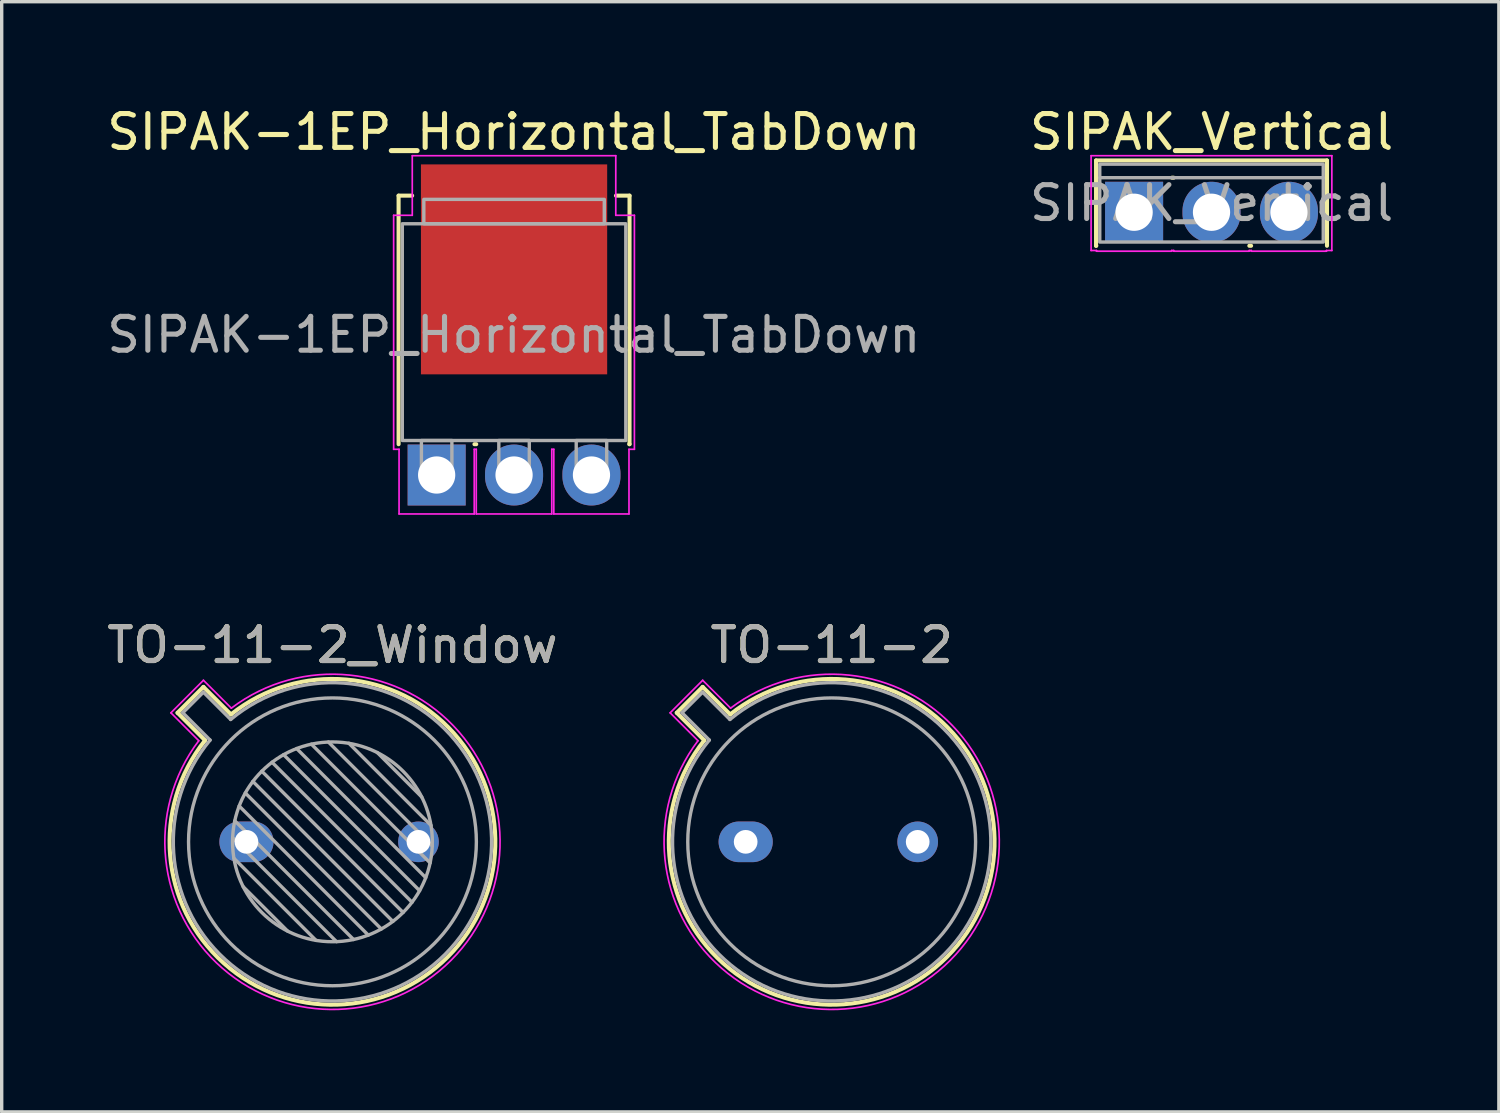
<source format=kicad_pcb>
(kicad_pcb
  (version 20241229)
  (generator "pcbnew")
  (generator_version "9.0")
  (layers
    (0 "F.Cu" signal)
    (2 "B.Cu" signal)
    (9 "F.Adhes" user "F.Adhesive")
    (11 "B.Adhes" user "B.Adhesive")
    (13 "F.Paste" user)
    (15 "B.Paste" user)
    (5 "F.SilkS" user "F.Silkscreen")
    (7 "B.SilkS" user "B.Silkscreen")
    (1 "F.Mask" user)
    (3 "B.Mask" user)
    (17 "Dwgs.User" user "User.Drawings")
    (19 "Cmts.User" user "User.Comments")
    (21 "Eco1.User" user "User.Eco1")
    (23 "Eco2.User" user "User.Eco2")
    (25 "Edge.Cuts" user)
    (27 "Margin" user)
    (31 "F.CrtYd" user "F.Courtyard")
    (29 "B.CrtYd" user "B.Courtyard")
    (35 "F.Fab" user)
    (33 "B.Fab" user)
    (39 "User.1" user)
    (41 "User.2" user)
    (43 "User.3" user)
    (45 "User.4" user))
  (footprint "SIPAK_Vertical"
    (layer "F.Cu")
    (at 30.442 3.218)
    (property "Reference" "SIPAK_Vertical" (at 2.29 -2.37 0) (layer "F.SilkS") (effects (font (size 1 1) (thickness 0.15))))
    (attr through_hole)
    (fp_line (start -1.124 -1.53) (end 5.696 -1.53) (stroke (width 0.12) (type solid)) (layer "F.SilkS"))
    (fp_line (start -1.124 0.99) (end -1.124 -1.53) (stroke (width 0.12) (type solid)) (layer "F.SilkS"))
    (fp_line (start -1.117 0.99) (end -1.124 0.99) (stroke (width 0.12) (type solid)) (layer "F.SilkS"))
    (fp_line (start 1.117 -1.02) (end 1.169 -1.02) (stroke (width 0.12) (type solid)) (layer "F.SilkS"))
    (fp_line (start 3.455 0.99) (end 3.403 0.99) (stroke (width 0.12) (type solid)) (layer "F.SilkS"))
    (fp_line (start 5.689 -1.02) (end 5.696 -1.02) (stroke (width 0.12) (type solid)) (layer "F.SilkS"))
    (fp_line (start 5.696 -1.53) (end 5.696 0.99) (stroke (width 0.12) (type solid)) (layer "F.SilkS"))
    (fp_line (start -1.27 -1.67) (end 5.84 -1.67) (stroke (width 0.05) (type solid)) (layer "F.CrtYd"))
    (fp_line (start -1.27 1.13) (end -1.27 -1.67) (stroke (width 0.05) (type solid)) (layer "F.CrtYd"))
    (fp_line (start -1.11 1.13) (end -1.27 1.13) (stroke (width 0.05) (type solid)) (layer "F.CrtYd"))
    (fp_line (start -1.11 1.15) (end -1.11 1.13) (stroke (width 0.05) (type solid)) (layer "F.CrtYd"))
    (fp_line (start 1.11 1.13) (end 1.11 1.15) (stroke (width 0.05) (type solid)) (layer "F.CrtYd"))
    (fp_line (start 1.11 1.15) (end -1.11 1.15) (stroke (width 0.05) (type solid)) (layer "F.CrtYd"))
    (fp_line (start 1.17 1.13) (end 1.11 1.13) (stroke (width 0.05) (type solid)) (layer "F.CrtYd"))
    (fp_line (start 1.17 1.15) (end 1.17 1.13) (stroke (width 0.05) (type solid)) (layer "F.CrtYd"))
    (fp_line (start 3.4 1.13) (end 3.4 1.15) (stroke (width 0.05) (type solid)) (layer "F.CrtYd"))
    (fp_line (start 3.4 1.15) (end 1.17 1.15) (stroke (width 0.05) (type solid)) (layer "F.CrtYd"))
    (fp_line (start 3.46 1.13) (end 3.4 1.13) (stroke (width 0.05) (type solid)) (layer "F.CrtYd"))
    (fp_line (start 3.46 1.15) (end 3.46 1.13) (stroke (width 0.05) (type solid)) (layer "F.CrtYd"))
    (fp_line (start 5.68 1.13) (end 5.68 1.15) (stroke (width 0.05) (type solid)) (layer "F.CrtYd"))
    (fp_line (start 5.68 1.15) (end 3.46 1.15) (stroke (width 0.05) (type solid)) (layer "F.CrtYd"))
    (fp_line (start 5.84 -1.67) (end 5.84 1.13) (stroke (width 0.05) (type solid)) (layer "F.CrtYd"))
    (fp_line (start 5.84 1.13) (end 5.68 1.13) (stroke (width 0.05) (type solid)) (layer "F.CrtYd"))
    (fp_line (start -1.014 -1.02) (end 5.586 -1.02) (stroke (width 0.1) (type solid)) (layer "F.Fab"))
    (fp_rect (start -1.014 -1.42) (end 5.586 0.88) (stroke (width 0.1) (type solid)) (fill no) (layer "F.Fab"))
    (fp_text user "${REFERENCE}" (at 2.29 -0.27 0) (layer "F.Fab") (effects (font (size 1 1) (thickness 0.15))))
    (pad "1" thru_hole rect (at 0 0) (size 1.714 1.8) (drill 1.1) (layers "*.Cu" "*.Mask"))
    (pad "2" thru_hole oval (at 2.286 0) (size 1.714 1.8) (drill 1.1) (layers "*.Cu" "*.Mask"))
    (pad "3" thru_hole oval (at 4.572 0) (size 1.714 1.8) (drill 1.1) (layers "*.Cu" "*.Mask")))
  (footprint "TO-11-2_Window"
    (layer "F.Cu")
    (at 4.228 21.811)
    (property "Reference" "TO-11-2_Window" (at 2.54 -5.81 0) (layer "F.SilkS") (effects (font (size 1 1) (thickness 0.15))))
    (attr through_hole)
    (fp_line (start -2.035 -3.811) (end -1.222 -2.998) (stroke (width 0.12) (type solid)) (layer "F.SilkS"))
    (fp_line (start -1.271 -4.575) (end -2.035 -3.811) (stroke (width 0.12) (type solid)) (layer "F.SilkS"))
    (fp_line (start -0.458 -3.762) (end -1.271 -4.575) (stroke (width 0.12) (type solid)) (layer "F.SilkS"))
    (fp_arc (start -0.457844 -3.76152) (mid 5.941184 3.401184) (end -1.22152 -2.997844) (stroke (width 0.12) (type solid)) (layer "F.SilkS"))
    (fp_line (start -2.231 -3.81) (end -1.408 -2.986) (stroke (width 0.05) (type solid)) (layer "F.CrtYd"))
    (fp_line (start -1.27 -4.771) (end -2.231 -3.81) (stroke (width 0.05) (type solid)) (layer "F.CrtYd"))
    (fp_line (start -0.446 -3.948) (end -1.27 -4.771) (stroke (width 0.05) (type solid)) (layer "F.CrtYd"))
    (fp_arc (start -0.446162 -3.947827) (mid 6.040179 3.500179) (end -1.407827 -2.986162) (stroke (width 0.05) (type solid)) (layer "F.CrtYd"))
    (fp_line (start -1.88 -3.812) (end -1.074 -3.005) (stroke (width 0.1) (type solid)) (layer "F.Fab"))
    (fp_line (start -1.272 -4.42) (end -1.88 -3.812) (stroke (width 0.1) (type solid)) (layer "F.Fab"))
    (fp_line (start -0.465 -3.614) (end -1.272 -4.42) (stroke (width 0.1) (type solid)) (layer "F.Fab"))
    (fp_line (start -0.408 -0.12) (end 2.66 2.948) (stroke (width 0.1) (type solid)) (layer "F.Fab"))
    (fp_line (start -0.371 0.485) (end 2.055 2.911) (stroke (width 0.1) (type solid)) (layer "F.Fab"))
    (fp_line (start -0.344 -0.622) (end 3.162 2.884) (stroke (width 0.1) (type solid)) (layer "F.Fab"))
    (fp_line (start -0.215 -1.058) (end 3.598 2.755) (stroke (width 0.1) (type solid)) (layer "F.Fab"))
    (fp_line (start -0.097 1.324) (end 1.216 2.637) (stroke (width 0.1) (type solid)) (layer "F.Fab"))
    (fp_line (start -0.034 -1.443) (end 3.983 2.574) (stroke (width 0.1) (type solid)) (layer "F.Fab"))
    (fp_line (start 0.19 -1.784) (end 4.324 2.35) (stroke (width 0.1) (type solid)) (layer "F.Fab"))
    (fp_line (start 0.454 -2.086) (end 4.626 2.086) (stroke (width 0.1) (type solid)) (layer "F.Fab"))
    (fp_line (start 0.756 -2.35) (end 4.89 1.784) (stroke (width 0.1) (type solid)) (layer "F.Fab"))
    (fp_line (start 1.097 -2.574) (end 5.114 1.443) (stroke (width 0.1) (type solid)) (layer "F.Fab"))
    (fp_line (start 1.482 -2.755) (end 5.295 1.058) (stroke (width 0.1) (type solid)) (layer "F.Fab"))
    (fp_line (start 1.918 -2.884) (end 5.424 0.622) (stroke (width 0.1) (type solid)) (layer "F.Fab"))
    (fp_line (start 2.42 -2.948) (end 5.488 0.12) (stroke (width 0.1) (type solid)) (layer "F.Fab"))
    (fp_line (start 3.025 -2.911) (end 5.451 -0.485) (stroke (width 0.1) (type solid)) (layer "F.Fab"))
    (fp_line (start 3.864 -2.637) (end 5.177 -1.324) (stroke (width 0.1) (type solid)) (layer "F.Fab"))
    (fp_arc (start -0.465408 -3.61352) (mid 5.863402 3.323402) (end -1.07352 -3.005408) (stroke (width 0.1) (type solid)) (layer "F.Fab"))
    (fp_circle (center 2.54 0) (end 5.49 0) (stroke (width 0.1) (type solid)) (fill no) (layer "F.Fab"))
    (fp_circle (center 2.54 0) (end 6.79 0) (stroke (width 0.1) (type solid)) (fill no) (layer "F.Fab"))
    (fp_text user "${REFERENCE}" (at 2.54 -5.81 0) (layer "F.Fab") (effects (font (size 1 1) (thickness 0.15))))
    (pad "1" thru_hole oval (at 0 0) (size 1.6 1.2) (drill 0.7) (layers "*.Cu" "*.Mask"))
    (pad "2" thru_hole circle (at 5.08 0) (size 1.2 1.2) (drill 0.7) (layers "*.Cu" "*.Mask")))
  (footprint "TO-11-2"
    (layer "F.Cu")
    (at 18.971 21.811)
    (property "Reference" "TO-11-2" (at 2.54 -5.81 0) (layer "F.SilkS") (effects (font (size 1 1) (thickness 0.15))))
    (attr through_hole)
    (fp_line (start -2.035 -3.811) (end -1.222 -2.998) (stroke (width 0.12) (type solid)) (layer "F.SilkS"))
    (fp_line (start -1.271 -4.575) (end -2.035 -3.811) (stroke (width 0.12) (type solid)) (layer "F.SilkS"))
    (fp_line (start -0.458 -3.762) (end -1.271 -4.575) (stroke (width 0.12) (type solid)) (layer "F.SilkS"))
    (fp_arc (start -0.457844 -3.76152) (mid 5.941184 3.401184) (end -1.22152 -2.997844) (stroke (width 0.12) (type solid)) (layer "F.SilkS"))
    (fp_line (start -2.231 -3.81) (end -1.408 -2.986) (stroke (width 0.05) (type solid)) (layer "F.CrtYd"))
    (fp_line (start -1.27 -4.771) (end -2.231 -3.81) (stroke (width 0.05) (type solid)) (layer "F.CrtYd"))
    (fp_line (start -0.446 -3.948) (end -1.27 -4.771) (stroke (width 0.05) (type solid)) (layer "F.CrtYd"))
    (fp_arc (start -0.446162 -3.947827) (mid 6.040179 3.500179) (end -1.407827 -2.986162) (stroke (width 0.05) (type solid)) (layer "F.CrtYd"))
    (fp_line (start -1.88 -3.812) (end -1.074 -3.005) (stroke (width 0.1) (type solid)) (layer "F.Fab"))
    (fp_line (start -1.272 -4.42) (end -1.88 -3.812) (stroke (width 0.1) (type solid)) (layer "F.Fab"))
    (fp_line (start -0.465 -3.614) (end -1.272 -4.42) (stroke (width 0.1) (type solid)) (layer "F.Fab"))
    (fp_arc (start -0.465408 -3.61352) (mid 5.863402 3.323402) (end -1.07352 -3.005408) (stroke (width 0.1) (type solid)) (layer "F.Fab"))
    (fp_circle (center 2.54 0) (end 6.79 0) (stroke (width 0.1) (type solid)) (fill no) (layer "F.Fab"))
    (fp_text user "${REFERENCE}" (at 2.54 -5.81 0) (layer "F.Fab") (effects (font (size 1 1) (thickness 0.15))))
    (pad "1" thru_hole oval (at 0 0) (size 1.6 1.2) (drill 0.7) (layers "*.Cu" "*.Mask"))
    (pad "2" thru_hole circle (at 5.08 0) (size 1.2 1.2) (drill 0.7) (layers "*.Cu" "*.Mask")))
  (footprint "SIPAK-1EP_Horizontal_TabDown"
    (layer "F.Cu")
    (at 9.845 10.978)
    (property "Reference" "SIPAK-1EP_Horizontal_TabDown" (at 2.28 -10.13 0) (layer "F.SilkS") (effects (font (size 1 1) (thickness 0.15))))
    (attr through_hole)
    (fp_line (start -1.124 -8.25) (end -0.724 -8.25) (stroke (width 0.12) (type solid)) (layer "F.SilkS"))
    (fp_line (start -1.124 -0.91) (end -1.124 -8.25) (stroke (width 0.12) (type solid)) (layer "F.SilkS"))
    (fp_line (start 1.117 -0.91) (end 1.169 -0.91) (stroke (width 0.12) (type solid)) (layer "F.SilkS"))
    (fp_line (start 5.296 -8.25) (end 5.696 -8.25) (stroke (width 0.12) (type solid)) (layer "F.SilkS"))
    (fp_line (start 5.689 -0.91) (end 5.696 -0.91) (stroke (width 0.12) (type solid)) (layer "F.SilkS"))
    (fp_line (start 5.696 -0.91) (end 5.696 -8.25) (stroke (width 0.12) (type solid)) (layer "F.SilkS"))
    (fp_line (start -1.27 -7.67) (end -0.72 -7.67) (stroke (width 0.05) (type solid)) (layer "F.CrtYd"))
    (fp_line (start -1.27 -0.76) (end -1.27 -7.67) (stroke (width 0.05) (type solid)) (layer "F.CrtYd"))
    (fp_line (start -1.11 -0.76) (end -1.27 -0.76) (stroke (width 0.05) (type solid)) (layer "F.CrtYd"))
    (fp_line (start -1.11 1.15) (end -1.11 -0.76) (stroke (width 0.05) (type solid)) (layer "F.CrtYd"))
    (fp_line (start -0.72 -9.43) (end 5.29 -9.43) (stroke (width 0.05) (type solid)) (layer "F.CrtYd"))
    (fp_line (start -0.72 -7.67) (end -0.72 -9.43) (stroke (width 0.05) (type solid)) (layer "F.CrtYd"))
    (fp_line (start 1.11 -0.76) (end 1.11 1.15) (stroke (width 0.05) (type solid)) (layer "F.CrtYd"))
    (fp_line (start 1.11 1.15) (end -1.11 1.15) (stroke (width 0.05) (type solid)) (layer "F.CrtYd"))
    (fp_line (start 1.17 -0.76) (end 1.11 -0.76) (stroke (width 0.05) (type solid)) (layer "F.CrtYd"))
    (fp_line (start 1.17 1.15) (end 1.17 -0.76) (stroke (width 0.05) (type solid)) (layer "F.CrtYd"))
    (fp_line (start 3.4 -0.76) (end 3.4 1.15) (stroke (width 0.05) (type solid)) (layer "F.CrtYd"))
    (fp_line (start 3.4 1.15) (end 1.17 1.15) (stroke (width 0.05) (type solid)) (layer "F.CrtYd"))
    (fp_line (start 3.46 -0.76) (end 3.4 -0.76) (stroke (width 0.05) (type solid)) (layer "F.CrtYd"))
    (fp_line (start 3.46 1.15) (end 3.46 -0.76) (stroke (width 0.05) (type solid)) (layer "F.CrtYd"))
    (fp_line (start 5.29 -9.43) (end 5.29 -7.67) (stroke (width 0.05) (type solid)) (layer "F.CrtYd"))
    (fp_line (start 5.29 -7.67) (end 5.84 -7.67) (stroke (width 0.05) (type solid)) (layer "F.CrtYd"))
    (fp_line (start 5.68 -0.76) (end 5.68 1.15) (stroke (width 0.05) (type solid)) (layer "F.CrtYd"))
    (fp_line (start 5.68 1.15) (end 3.46 1.15) (stroke (width 0.05) (type solid)) (layer "F.CrtYd"))
    (fp_line (start 5.84 -7.67) (end 5.84 -0.76) (stroke (width 0.05) (type solid)) (layer "F.CrtYd"))
    (fp_line (start 5.84 -0.76) (end 5.68 -0.76) (stroke (width 0.05) (type solid)) (layer "F.CrtYd"))
    (fp_rect (start -1.014 -7.42) (end 5.586 -1.02) (stroke (width 0.1) (type solid)) (fill no) (layer "F.Fab"))
    (fp_rect (start -0.45 -1.02) (end 0.45 0) (stroke (width 0.1) (type solid)) (fill no) (layer "F.Fab"))
    (fp_rect (start -0.379 -8.14) (end 4.951 -7.42) (stroke (width 0.1) (type solid)) (fill no) (layer "F.Fab"))
    (fp_rect (start 1.836 -1.02) (end 2.736 0) (stroke (width 0.1) (type solid)) (fill no) (layer "F.Fab"))
    (fp_rect (start 4.122 -1.02) (end 5.022 0) (stroke (width 0.1) (type solid)) (fill no) (layer "F.Fab"))
    (fp_text user "${REFERENCE}" (at 2.28 -4.14 0) (layer "F.Fab") (effects (font (size 1 1) (thickness 0.15))))
    (pad "1" thru_hole rect (at 0 0) (size 1.714 1.8) (drill 1.1) (layers "*.Cu" "*.Mask"))
    (pad "2" thru_hole oval (at 2.286 0) (size 1.714 1.8) (drill 1.1) (layers "*.Cu" "*.Mask"))
    (pad "3" thru_hole oval (at 4.572 0) (size 1.714 1.8) (drill 1.1) (layers "*.Cu" "*.Mask"))
    (pad "4" smd rect (at 2.286 -6.073) (size 5.5 6.2) (layers "F.Cu" "F.Mask" "F.Paste")))
  (gr_rect
    (start -3 -3)
    (end 41.214 29.787)
    (stroke (width 0.1) (type default))
    (fill no)
    (layer "Edge.Cuts")))
</source>
